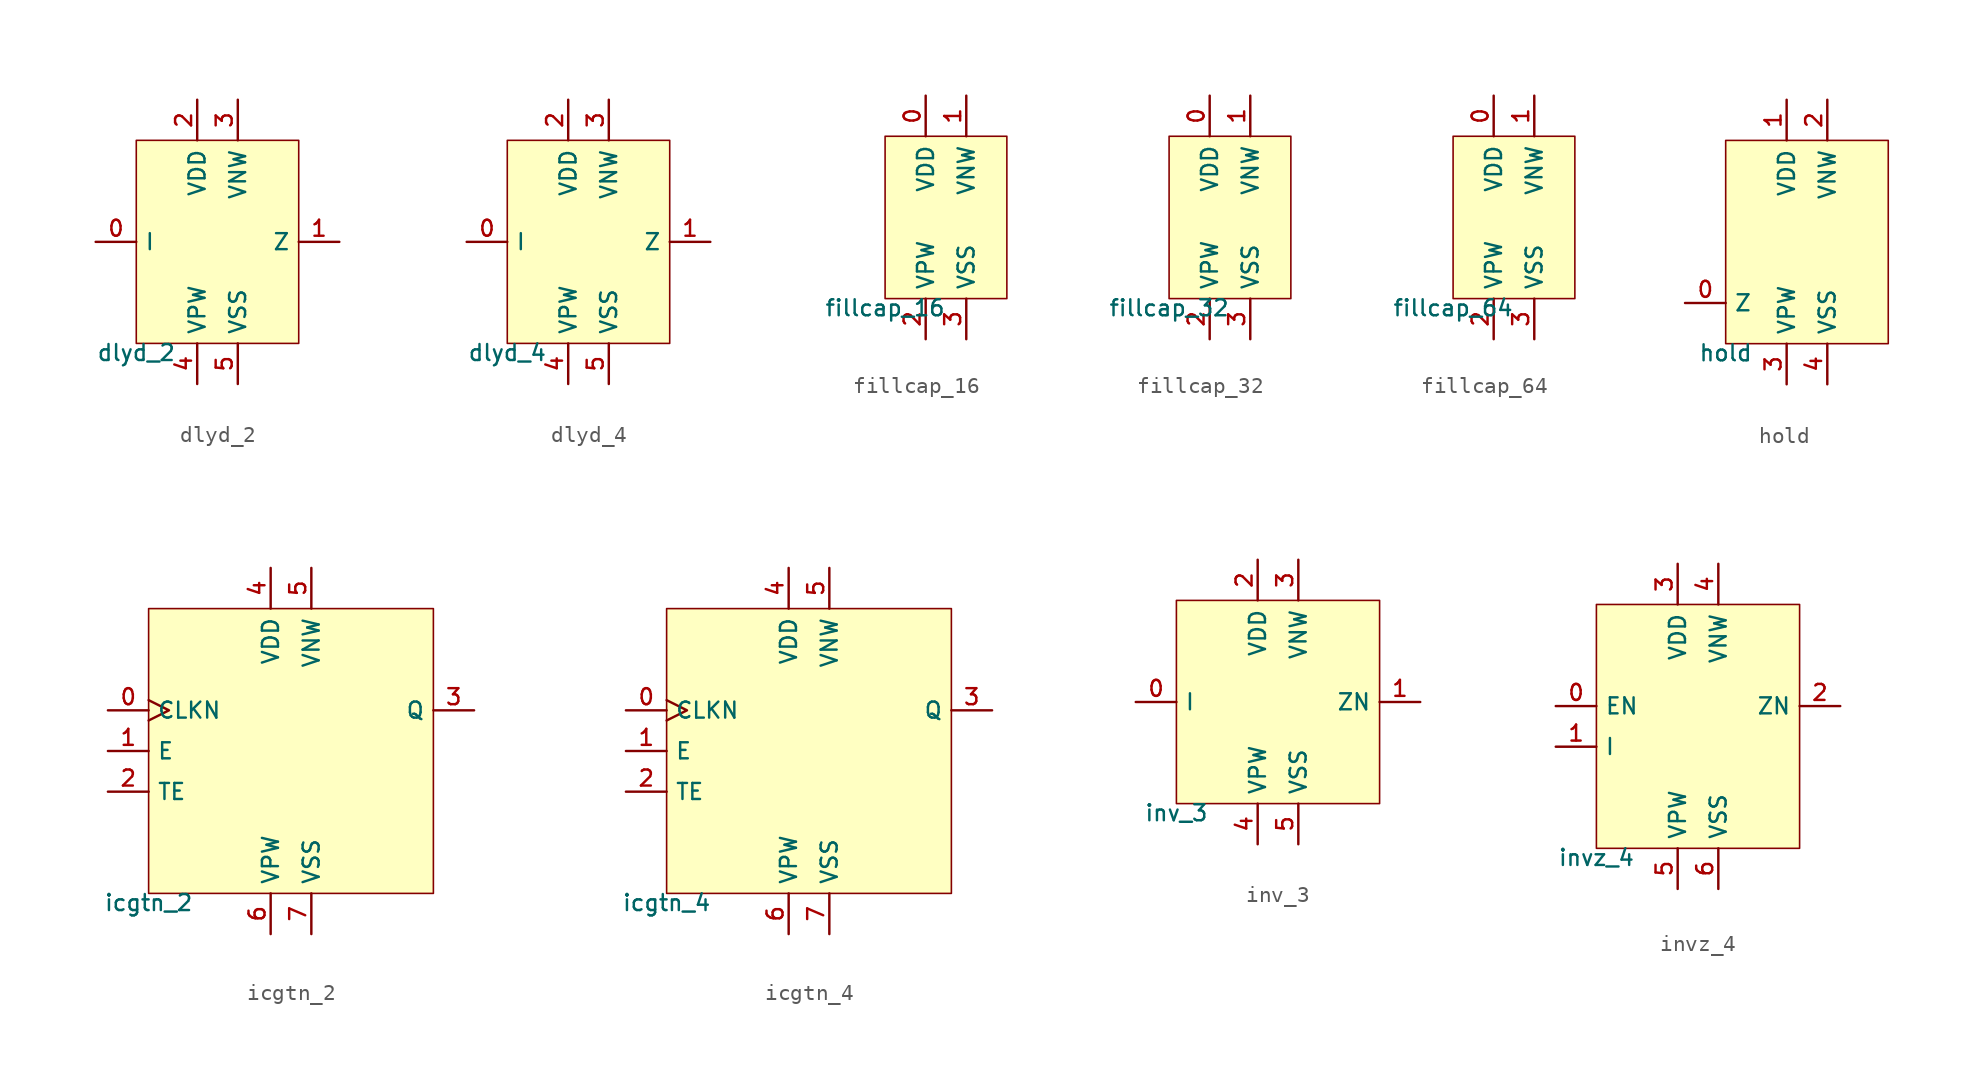
<source format=kicad_sym>
(kicad_symbol_lib
  (version 20211014)
  (generator pdk2kicad)
  (symbol "dlyd_2"
    (property "Reference" "X"
      (at 0 0 0)
      (effects (font (size 1 1)) hide))
    (property "Value" "dlyd_2"
      (at -5.08 -6.35 0)
      (effects (font (size 1 1)) (justify top)))
    (rectangle
      (start -5.08 -6.35)
      (end 5.08 6.35)
      (stroke (width 0.1) (type solid) (color 0 0 0 0))
      (fill (type background)))
    (pin input line
      (at -7.62 -4.440892098500626e-16 0)
      (length 2.54)
      (name "I" (effects (font (size 1 1)) hide))
      (number "0" (effects (font (size 1 1)) hide)))
    (pin output line
      (at 7.62 -4.440892098500626e-16 180)
      (length 2.54)
      (name "Z" (effects (font (size 1 1)) hide))
      (number "1" (effects (font (size 1 1)) hide)))
    (pin power_in line
      (at -1.27 8.89 270)
      (length 2.54)
      (name "VDD" (effects (font (size 1 1)) hide))
      (number "2" (effects (font (size 1 1)) hide)))
    (pin power_in line
      (at 1.27 8.89 270)
      (length 2.54)
      (name "VNW" (effects (font (size 1 1)) hide))
      (number "3" (effects (font (size 1 1)) hide)))
    (pin power_in line
      (at -1.27 -8.89 90)
      (length 2.54)
      (name "VPW" (effects (font (size 1 1)) hide))
      (number "4" (effects (font (size 1 1)) hide)))
    (pin power_in line
      (at 1.27 -8.89 90)
      (length 2.54)
      (name "VSS" (effects (font (size 1 1)) hide))
      (number "5" (effects (font (size 1 1)) hide))))
  (symbol "dlyd_4"
    (property "Reference" "X"
      (at 0 0 0)
      (effects (font (size 1 1)) hide))
    (property "Value" "dlyd_4"
      (at -5.08 -6.35 0)
      (effects (font (size 1 1)) (justify top)))
    (rectangle
      (start -5.08 -6.35)
      (end 5.08 6.35)
      (stroke (width 0.1) (type solid) (color 0 0 0 0))
      (fill (type background)))
    (pin input line
      (at -7.62 -4.440892098500626e-16 0)
      (length 2.54)
      (name "I" (effects (font (size 1 1)) hide))
      (number "0" (effects (font (size 1 1)) hide)))
    (pin output line
      (at 7.62 -4.440892098500626e-16 180)
      (length 2.54)
      (name "Z" (effects (font (size 1 1)) hide))
      (number "1" (effects (font (size 1 1)) hide)))
    (pin power_in line
      (at -1.27 8.89 270)
      (length 2.54)
      (name "VDD" (effects (font (size 1 1)) hide))
      (number "2" (effects (font (size 1 1)) hide)))
    (pin power_in line
      (at 1.27 8.89 270)
      (length 2.54)
      (name "VNW" (effects (font (size 1 1)) hide))
      (number "3" (effects (font (size 1 1)) hide)))
    (pin power_in line
      (at -1.27 -8.89 90)
      (length 2.54)
      (name "VPW" (effects (font (size 1 1)) hide))
      (number "4" (effects (font (size 1 1)) hide)))
    (pin power_in line
      (at 1.27 -8.89 90)
      (length 2.54)
      (name "VSS" (effects (font (size 1 1)) hide))
      (number "5" (effects (font (size 1 1)) hide))))
  (symbol "fillcap_16"
    (property "Reference" "X"
      (at 0 0 0)
      (effects (font (size 1 1)) hide))
    (property "Value" "fillcap_16"
      (at -3.81 -5.08 0)
      (effects (font (size 1 1)) (justify top)))
    (rectangle
      (start -3.81 -5.08)
      (end 3.81 5.08)
      (stroke (width 0.1) (type solid) (color 0 0 0 0))
      (fill (type background)))
    (pin power_in line
      (at -1.27 7.62 270)
      (length 2.54)
      (name "VDD" (effects (font (size 1 1)) hide))
      (number "0" (effects (font (size 1 1)) hide)))
    (pin power_in line
      (at 1.27 7.62 270)
      (length 2.54)
      (name "VNW" (effects (font (size 1 1)) hide))
      (number "1" (effects (font (size 1 1)) hide)))
    (pin power_in line
      (at -1.27 -7.62 90)
      (length 2.54)
      (name "VPW" (effects (font (size 1 1)) hide))
      (number "2" (effects (font (size 1 1)) hide)))
    (pin power_in line
      (at 1.27 -7.62 90)
      (length 2.54)
      (name "VSS" (effects (font (size 1 1)) hide))
      (number "3" (effects (font (size 1 1)) hide))))
  (symbol "fillcap_32"
    (property "Reference" "X"
      (at 0 0 0)
      (effects (font (size 1 1)) hide))
    (property "Value" "fillcap_32"
      (at -3.81 -5.08 0)
      (effects (font (size 1 1)) (justify top)))
    (rectangle
      (start -3.81 -5.08)
      (end 3.81 5.08)
      (stroke (width 0.1) (type solid) (color 0 0 0 0))
      (fill (type background)))
    (pin power_in line
      (at -1.27 7.62 270)
      (length 2.54)
      (name "VDD" (effects (font (size 1 1)) hide))
      (number "0" (effects (font (size 1 1)) hide)))
    (pin power_in line
      (at 1.27 7.62 270)
      (length 2.54)
      (name "VNW" (effects (font (size 1 1)) hide))
      (number "1" (effects (font (size 1 1)) hide)))
    (pin power_in line
      (at -1.27 -7.62 90)
      (length 2.54)
      (name "VPW" (effects (font (size 1 1)) hide))
      (number "2" (effects (font (size 1 1)) hide)))
    (pin power_in line
      (at 1.27 -7.62 90)
      (length 2.54)
      (name "VSS" (effects (font (size 1 1)) hide))
      (number "3" (effects (font (size 1 1)) hide))))
  (symbol "fillcap_64"
    (property "Reference" "X"
      (at 0 0 0)
      (effects (font (size 1 1)) hide))
    (property "Value" "fillcap_64"
      (at -3.81 -5.08 0)
      (effects (font (size 1 1)) (justify top)))
    (rectangle
      (start -3.81 -5.08)
      (end 3.81 5.08)
      (stroke (width 0.1) (type solid) (color 0 0 0 0))
      (fill (type background)))
    (pin power_in line
      (at -1.27 7.62 270)
      (length 2.54)
      (name "VDD" (effects (font (size 1 1)) hide))
      (number "0" (effects (font (size 1 1)) hide)))
    (pin power_in line
      (at 1.27 7.62 270)
      (length 2.54)
      (name "VNW" (effects (font (size 1 1)) hide))
      (number "1" (effects (font (size 1 1)) hide)))
    (pin power_in line
      (at -1.27 -7.62 90)
      (length 2.54)
      (name "VPW" (effects (font (size 1 1)) hide))
      (number "2" (effects (font (size 1 1)) hide)))
    (pin power_in line
      (at 1.27 -7.62 90)
      (length 2.54)
      (name "VSS" (effects (font (size 1 1)) hide))
      (number "3" (effects (font (size 1 1)) hide))))
  (symbol "hold"
    (property "Reference" "X"
      (at 0 0 0)
      (effects (font (size 1 1)) hide))
    (property "Value" "hold"
      (at -5.08 -6.35 0)
      (effects (font (size 1 1)) (justify top)))
    (rectangle
      (start -5.08 -6.35)
      (end 5.08 6.35)
      (stroke (width 0.1) (type solid) (color 0 0 0 0))
      (fill (type background)))
    (pin bidirectional line
      (at -7.62 -3.81 0)
      (length 2.54)
      (name "Z" (effects (font (size 1 1)) hide))
      (number "0" (effects (font (size 1 1)) hide)))
    (pin power_in line
      (at -1.27 8.89 270)
      (length 2.54)
      (name "VDD" (effects (font (size 1 1)) hide))
      (number "1" (effects (font (size 1 1)) hide)))
    (pin power_in line
      (at 1.27 8.89 270)
      (length 2.54)
      (name "VNW" (effects (font (size 1 1)) hide))
      (number "2" (effects (font (size 1 1)) hide)))
    (pin power_in line
      (at -1.27 -8.89 90)
      (length 2.54)
      (name "VPW" (effects (font (size 1 1)) hide))
      (number "3" (effects (font (size 1 1)) hide)))
    (pin power_in line
      (at 1.27 -8.89 90)
      (length 2.54)
      (name "VSS" (effects (font (size 1 1)) hide))
      (number "4" (effects (font (size 1 1)) hide))))
  (symbol "icgtn_2"
    (property "Reference" "X"
      (at 0 0 0)
      (effects (font (size 1 1)) hide))
    (property "Value" "icgtn_2"
      (at -8.89 -8.89 0)
      (effects (font (size 1 1)) (justify top)))
    (rectangle
      (start -8.89 -8.89)
      (end 8.89 8.89)
      (stroke (width 0.1) (type solid) (color 0 0 0 0))
      (fill (type background)))
    (pin input clock
      (at -11.43 2.54 0)
      (length 2.54)
      (name "CLKN" (effects (font (size 1 1)) hide))
      (number "0" (effects (font (size 1 1)) hide)))
    (pin input line
      (at -11.43 4.440892098500626e-16 0)
      (length 2.54)
      (name "E" (effects (font (size 1 1)) hide))
      (number "1" (effects (font (size 1 1)) hide)))
    (pin input line
      (at -11.43 -2.54 0)
      (length 2.54)
      (name "TE" (effects (font (size 1 1)) hide))
      (number "2" (effects (font (size 1 1)) hide)))
    (pin output line
      (at 11.43 2.54 180)
      (length 2.54)
      (name "Q" (effects (font (size 1 1)) hide))
      (number "3" (effects (font (size 1 1)) hide)))
    (pin power_in line
      (at -1.27 11.43 270)
      (length 2.54)
      (name "VDD" (effects (font (size 1 1)) hide))
      (number "4" (effects (font (size 1 1)) hide)))
    (pin power_in line
      (at 1.27 11.43 270)
      (length 2.54)
      (name "VNW" (effects (font (size 1 1)) hide))
      (number "5" (effects (font (size 1 1)) hide)))
    (pin power_in line
      (at -1.27 -11.43 90)
      (length 2.54)
      (name "VPW" (effects (font (size 1 1)) hide))
      (number "6" (effects (font (size 1 1)) hide)))
    (pin power_in line
      (at 1.27 -11.43 90)
      (length 2.54)
      (name "VSS" (effects (font (size 1 1)) hide))
      (number "7" (effects (font (size 1 1)) hide))))
  (symbol "icgtn_4"
    (property "Reference" "X"
      (at 0 0 0)
      (effects (font (size 1 1)) hide))
    (property "Value" "icgtn_4"
      (at -8.89 -8.89 0)
      (effects (font (size 1 1)) (justify top)))
    (rectangle
      (start -8.89 -8.89)
      (end 8.89 8.89)
      (stroke (width 0.1) (type solid) (color 0 0 0 0))
      (fill (type background)))
    (pin input clock
      (at -11.43 2.54 0)
      (length 2.54)
      (name "CLKN" (effects (font (size 1 1)) hide))
      (number "0" (effects (font (size 1 1)) hide)))
    (pin input line
      (at -11.43 4.440892098500626e-16 0)
      (length 2.54)
      (name "E" (effects (font (size 1 1)) hide))
      (number "1" (effects (font (size 1 1)) hide)))
    (pin input line
      (at -11.43 -2.54 0)
      (length 2.54)
      (name "TE" (effects (font (size 1 1)) hide))
      (number "2" (effects (font (size 1 1)) hide)))
    (pin output line
      (at 11.43 2.54 180)
      (length 2.54)
      (name "Q" (effects (font (size 1 1)) hide))
      (number "3" (effects (font (size 1 1)) hide)))
    (pin power_in line
      (at -1.27 11.43 270)
      (length 2.54)
      (name "VDD" (effects (font (size 1 1)) hide))
      (number "4" (effects (font (size 1 1)) hide)))
    (pin power_in line
      (at 1.27 11.43 270)
      (length 2.54)
      (name "VNW" (effects (font (size 1 1)) hide))
      (number "5" (effects (font (size 1 1)) hide)))
    (pin power_in line
      (at -1.27 -11.43 90)
      (length 2.54)
      (name "VPW" (effects (font (size 1 1)) hide))
      (number "6" (effects (font (size 1 1)) hide)))
    (pin power_in line
      (at 1.27 -11.43 90)
      (length 2.54)
      (name "VSS" (effects (font (size 1 1)) hide))
      (number "7" (effects (font (size 1 1)) hide))))
  (symbol "inv_3"
    (property "Reference" "X"
      (at 0 0 0)
      (effects (font (size 1 1)) hide))
    (property "Value" "inv_3"
      (at -6.35 -6.35 0)
      (effects (font (size 1 1)) (justify top)))
    (rectangle
      (start -6.35 -6.35)
      (end 6.35 6.35)
      (stroke (width 0.1) (type solid) (color 0 0 0 0))
      (fill (type background)))
    (pin input line
      (at -8.89 -4.440892098500626e-16 0)
      (length 2.54)
      (name "I" (effects (font (size 1 1)) hide))
      (number "0" (effects (font (size 1 1)) hide)))
    (pin output line
      (at 8.89 -4.440892098500626e-16 180)
      (length 2.54)
      (name "ZN" (effects (font (size 1 1)) hide))
      (number "1" (effects (font (size 1 1)) hide)))
    (pin power_in line
      (at -1.27 8.89 270)
      (length 2.54)
      (name "VDD" (effects (font (size 1 1)) hide))
      (number "2" (effects (font (size 1 1)) hide)))
    (pin power_in line
      (at 1.27 8.89 270)
      (length 2.54)
      (name "VNW" (effects (font (size 1 1)) hide))
      (number "3" (effects (font (size 1 1)) hide)))
    (pin power_in line
      (at -1.27 -8.89 90)
      (length 2.54)
      (name "VPW" (effects (font (size 1 1)) hide))
      (number "4" (effects (font (size 1 1)) hide)))
    (pin power_in line
      (at 1.27 -8.89 90)
      (length 2.54)
      (name "VSS" (effects (font (size 1 1)) hide))
      (number "5" (effects (font (size 1 1)) hide))))
  (symbol "invz_4"
    (property "Reference" "X"
      (at 0 0 0)
      (effects (font (size 1 1)) hide))
    (property "Value" "invz_4"
      (at -6.35 -7.62 0)
      (effects (font (size 1 1)) (justify top)))
    (rectangle
      (start -6.35 -7.62)
      (end 6.35 7.62)
      (stroke (width 0.1) (type solid) (color 0 0 0 0))
      (fill (type background)))
    (pin input line
      (at -8.89 1.27 0)
      (length 2.54)
      (name "EN" (effects (font (size 1 1)) hide))
      (number "0" (effects (font (size 1 1)) hide)))
    (pin input line
      (at -8.89 -1.27 0)
      (length 2.54)
      (name "I" (effects (font (size 1 1)) hide))
      (number "1" (effects (font (size 1 1)) hide)))
    (pin output line
      (at 8.89 1.27 180)
      (length 2.54)
      (name "ZN" (effects (font (size 1 1)) hide))
      (number "2" (effects (font (size 1 1)) hide)))
    (pin power_in line
      (at -1.27 10.16 270)
      (length 2.54)
      (name "VDD" (effects (font (size 1 1)) hide))
      (number "3" (effects (font (size 1 1)) hide)))
    (pin power_in line
      (at 1.27 10.16 270)
      (length 2.54)
      (name "VNW" (effects (font (size 1 1)) hide))
      (number "4" (effects (font (size 1 1)) hide)))
    (pin power_in line
      (at -1.27 -10.16 90)
      (length 2.54)
      (name "VPW" (effects (font (size 1 1)) hide))
      (number "5" (effects (font (size 1 1)) hide)))
    (pin power_in line
      (at 1.27 -10.16 90)
      (length 2.54)
      (name "VSS" (effects (font (size 1 1)) hide))
      (number "6" (effects (font (size 1 1)) hide)))))
</source>
